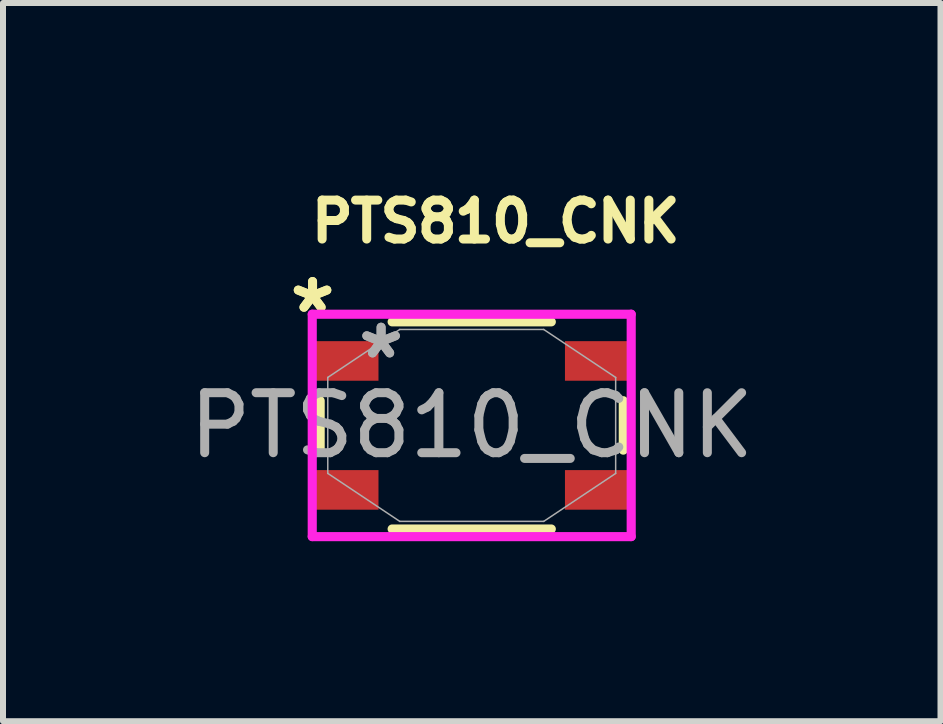
<source format=kicad_pcb>
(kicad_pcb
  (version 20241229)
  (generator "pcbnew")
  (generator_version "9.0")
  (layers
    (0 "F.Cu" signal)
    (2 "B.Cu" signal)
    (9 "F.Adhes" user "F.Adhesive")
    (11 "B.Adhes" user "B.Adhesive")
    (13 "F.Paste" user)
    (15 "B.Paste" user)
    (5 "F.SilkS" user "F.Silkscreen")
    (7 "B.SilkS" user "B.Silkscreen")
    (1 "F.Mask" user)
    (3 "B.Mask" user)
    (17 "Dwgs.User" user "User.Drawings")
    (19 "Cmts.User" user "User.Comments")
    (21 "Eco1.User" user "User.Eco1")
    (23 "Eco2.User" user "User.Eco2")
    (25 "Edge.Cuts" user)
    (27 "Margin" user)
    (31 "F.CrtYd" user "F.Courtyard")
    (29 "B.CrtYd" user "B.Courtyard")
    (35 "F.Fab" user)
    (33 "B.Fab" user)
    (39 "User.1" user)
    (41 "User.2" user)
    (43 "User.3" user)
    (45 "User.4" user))
  (footprint "PTS810_CNK"
    (layer "F.Cu")
    (at 4.815 4.043)
    (property "Reference" "PTS810_CNK" (at 0.4 -3.4 0) (unlocked yes) (layer "F.SilkS") (effects (font (size 0.65 0.65) (thickness 0.15))))
    (attr smd)
    (fp_line (start -2.527 -0.412) (end -2.527 0.412) (stroke (width 0.152) (type solid)) (layer "F.SilkS"))
    (fp_line (start -1.327 1.727) (end 1.327 1.727) (stroke (width 0.152) (type solid)) (layer "F.SilkS"))
    (fp_line (start 1.327 -1.727) (end -1.327 -1.727) (stroke (width 0.152) (type solid)) (layer "F.SilkS"))
    (fp_line (start 2.527 0.412) (end 2.527 -0.412) (stroke (width 0.152) (type solid)) (layer "F.SilkS"))
    (fp_line (start -2.659 -1.854) (end 2.659 -1.854) (stroke (width 0.152) (type solid)) (layer "F.CrtYd"))
    (fp_line (start -2.659 1.854) (end -2.659 -1.854) (stroke (width 0.152) (type solid)) (layer "F.CrtYd"))
    (fp_line (start 2.659 -1.854) (end 2.659 1.854) (stroke (width 0.152) (type solid)) (layer "F.CrtYd"))
    (fp_line (start 2.659 1.854) (end -2.659 1.854) (stroke (width 0.152) (type solid)) (layer "F.CrtYd"))
    (fp_line (start -2.4 -0.8) (end -2.4 0.8) (stroke (width 0.025) (type solid)) (layer "F.Fab"))
    (fp_line (start -2.4 0.8) (end -1.2 1.6) (stroke (width 0.025) (type solid)) (layer "F.Fab"))
    (fp_line (start -1.2 -1.6) (end -2.4 -0.8) (stroke (width 0.025) (type solid)) (layer "F.Fab"))
    (fp_line (start -1.2 1.6) (end 1.2 1.6) (stroke (width 0.025) (type solid)) (layer "F.Fab"))
    (fp_line (start 1.2 -1.6) (end -1.2 -1.6) (stroke (width 0.025) (type solid)) (layer "F.Fab"))
    (fp_line (start 1.2 1.6) (end 2.4 0.8) (stroke (width 0.025) (type solid)) (layer "F.Fab"))
    (fp_line (start 2.4 -0.8) (end 1.2 -1.6) (stroke (width 0.025) (type solid)) (layer "F.Fab"))
    (fp_line (start 2.4 0.8) (end 2.4 -0.8) (stroke (width 0.025) (type solid)) (layer "F.Fab"))
    (fp_text user "*" (at -2.654 -1.854 0) (unlocked yes) (layer "F.SilkS") (effects (font (size 1 1) (thickness 0.15))))
    (fp_text user "*" (at -2.654 -1.854 0) (layer "F.SilkS") (effects (font (size 1 1) (thickness 0.15))))
    (fp_text user "${REFERENCE}" (at 0 0 0) (unlocked yes) (layer "F.Fab") (effects (font (size 1 1) (thickness 0.15))))
    (fp_text user "*" (at -1.511 -1.092 0) (unlocked yes) (layer "F.Fab") (effects (font (size 1 1) (thickness 0.15))))
    (fp_text user "*" (at -1.511 -1.092 0) (layer "F.Fab") (effects (font (size 1 1) (thickness 0.15))))
    (pad "1" smd rect (at -2.075 -1.075) (size 1.041 0.66) (layers "F.Cu" "F.Mask" "F.Paste"))
    (pad "2" smd rect (at 2.075 -1.075) (size 1.041 0.66) (layers "F.Cu" "F.Mask" "F.Paste"))
    (pad "3" smd rect (at -2.075 1.075) (size 1.041 0.66) (layers "F.Cu" "F.Mask" "F.Paste"))
    (pad "4" smd rect (at 2.075 1.075) (size 1.041 0.66) (layers "F.Cu" "F.Mask" "F.Paste")))
  (gr_rect
    (start -3 -3)
    (end 12.631 8.974)
    (stroke (width 0.1) (type default))
    (fill no)
    (layer "Edge.Cuts")))
</source>
